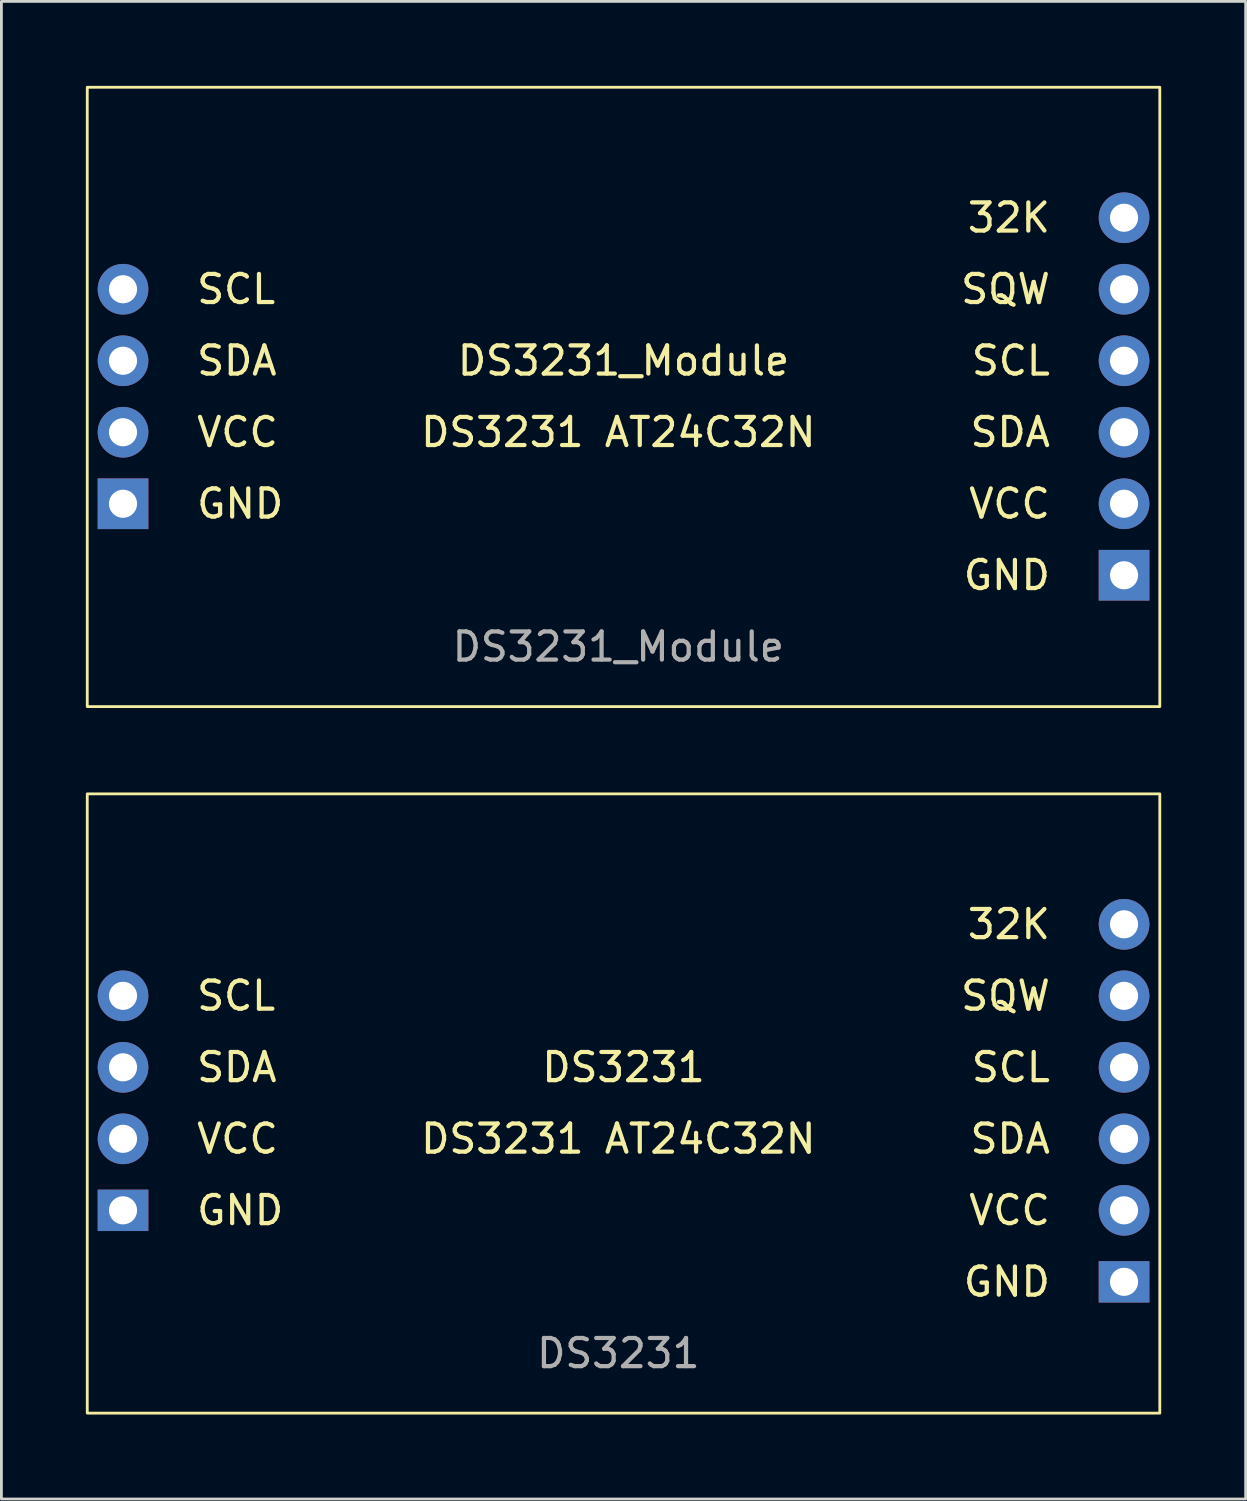
<source format=kicad_pcb>
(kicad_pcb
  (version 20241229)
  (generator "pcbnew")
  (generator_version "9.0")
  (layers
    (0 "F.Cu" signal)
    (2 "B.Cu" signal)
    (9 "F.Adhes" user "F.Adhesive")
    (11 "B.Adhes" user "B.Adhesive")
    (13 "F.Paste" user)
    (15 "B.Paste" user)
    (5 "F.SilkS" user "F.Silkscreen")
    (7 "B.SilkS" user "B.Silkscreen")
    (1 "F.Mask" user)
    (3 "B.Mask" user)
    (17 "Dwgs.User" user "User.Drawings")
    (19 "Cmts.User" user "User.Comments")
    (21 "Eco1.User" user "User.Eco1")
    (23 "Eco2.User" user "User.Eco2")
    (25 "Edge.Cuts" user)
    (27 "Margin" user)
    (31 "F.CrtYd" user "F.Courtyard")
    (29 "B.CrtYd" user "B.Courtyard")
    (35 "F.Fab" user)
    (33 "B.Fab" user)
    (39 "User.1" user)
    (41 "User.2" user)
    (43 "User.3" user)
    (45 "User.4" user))
  (footprint "DS3231"
    (layer "F.Cu")
    (at 19.1 37.405)
    (property "Reference" "DS3231" (at 0 -2.54 0) (unlocked yes) (layer "F.SilkS") (effects (font (size 1 1) (thickness 0.15))))
    (attr smd)
    (fp_rect (start -19.05 -12.255) (end 19.05 9.745) (stroke (width 0.1) (type default)) (fill no) (layer "F.SilkS"))
    (fp_text user "SQW" (at 15.24 -5.08 0) (unlocked yes) (layer "F.SilkS") (effects (font (size 1 1) (thickness 0.15) (bold yes)) (justify right)))
    (fp_text user "32K" (at 15.24 -7.62 0) (unlocked yes) (layer "F.SilkS") (effects (font (size 1 1) (thickness 0.15) (bold yes)) (justify right)))
    (fp_text user "GND" (at 15.24 5.08 0) (unlocked yes) (layer "F.SilkS") (effects (font (size 1 1) (thickness 0.15) (bold yes)) (justify right)))
    (fp_text user "SCL" (at -15.24 -5.08 0) (unlocked yes) (layer "F.SilkS") (effects (font (size 1 1) (thickness 0.15)) (justify left)))
    (fp_text user "SDA" (at 15.24 -0.000001 0) (unlocked yes) (layer "F.SilkS") (effects (font (size 1 1) (thickness 0.15) (bold yes)) (justify right)))
    (fp_text user "SDA" (at -15.24 -2.54 0) (unlocked yes) (layer "F.SilkS") (effects (font (size 1 1) (thickness 0.15)) (justify left)))
    (fp_text user "GND" (at -15.24 2.54 0) (unlocked yes) (layer "F.SilkS") (effects (font (size 1 1) (thickness 0.15)) (justify left)))
    (fp_text user "VCC" (at 15.24 2.54 0) (unlocked yes) (layer "F.SilkS") (effects (font (size 1 1) (thickness 0.15) (bold yes)) (justify right)))
    (fp_text user "DS3231 AT24C32N" (at -0.185 0 0) (unlocked yes) (layer "F.SilkS") (effects (font (size 1 1) (thickness 0.15))))
    (fp_text user "VCC" (at -15.24 0 0) (unlocked yes) (layer "F.SilkS") (effects (font (size 1 1) (thickness 0.15)) (justify left)))
    (fp_text user "SCL" (at 15.24 -2.54 0) (unlocked yes) (layer "F.SilkS") (effects (font (size 1 1) (thickness 0.15) (bold yes)) (justify right)))
    (fp_text user "${REFERENCE}" (at -0.185 7.62 0) (unlocked yes) (layer "F.Fab") (effects (font (size 1 1) (thickness 0.15))))
    (pad "1" thru_hole rect (at 17.78 5.08 180) (size 1.8 1.47) (drill 1) (layers "*.Cu" "*.Mask"))
    (pad "2" thru_hole circle (at 17.78 2.54 180) (size 1.8 1.8) (drill 1) (layers "*.Cu" "*.Mask"))
    (pad "3" thru_hole circle (at 17.78 -0.000001 180) (size 1.8 1.8) (drill 1) (layers "*.Cu" "*.Mask"))
    (pad "4" thru_hole circle (at 17.78 -2.54 180) (size 1.8 1.8) (drill 1) (layers "*.Cu" "*.Mask"))
    (pad "5" thru_hole circle (at 17.78 -5.08 180) (size 1.8 1.8) (drill 1) (layers "*.Cu" "*.Mask"))
    (pad "6" thru_hole circle (at 17.78 -7.62 180) (size 1.8 1.8) (drill 1) (layers "*.Cu" "*.Mask"))
    (pad "7" thru_hole rect (at -17.78 2.54 180) (size 1.8 1.47) (drill 1) (layers "*.Cu" "*.Mask"))
    (pad "8" thru_hole circle (at -17.78 0 180) (size 1.8 1.8) (drill 1) (layers "*.Cu" "*.Mask"))
    (pad "9" thru_hole circle (at -17.78 -2.54 180) (size 1.8 1.8) (drill 1) (layers "*.Cu" "*.Mask"))
    (pad "10" thru_hole circle (at -17.78 -5.08 180) (size 1.8 1.8) (drill 1) (layers "*.Cu" "*.Mask")))
  (footprint "DS3231_Module"
    (layer "F.Cu")
    (at 19.1 12.305)
    (property "Reference" "DS3231_Module" (at 0 -2.54 0) (unlocked yes) (layer "F.SilkS") (effects (font (size 1 1) (thickness 0.15))))
    (attr smd)
    (fp_rect (start -19.05 -12.255) (end 19.05 9.745) (stroke (width 0.1) (type default)) (fill no) (layer "F.SilkS"))
    (fp_text user "SDA" (at -15.24 -2.54 0) (unlocked yes) (layer "F.SilkS") (effects (font (size 1 1) (thickness 0.15)) (justify left)))
    (fp_text user "GND" (at -15.24 2.54 0) (unlocked yes) (layer "F.SilkS") (effects (font (size 1 1) (thickness 0.15)) (justify left)))
    (fp_text user "SCL" (at 15.24 -2.54 0) (unlocked yes) (layer "F.SilkS") (effects (font (size 1 1) (thickness 0.15) (bold yes)) (justify right)))
    (fp_text user "32K" (at 15.24 -7.62 0) (unlocked yes) (layer "F.SilkS") (effects (font (size 1 1) (thickness 0.15) (bold yes)) (justify right)))
    (fp_text user "VCC" (at -15.24 0 0) (unlocked yes) (layer "F.SilkS") (effects (font (size 1 1) (thickness 0.15)) (justify left)))
    (fp_text user "SCL" (at -15.24 -5.08 0) (unlocked yes) (layer "F.SilkS") (effects (font (size 1 1) (thickness 0.15)) (justify left)))
    (fp_text user "SDA" (at 15.24 -0.000001 0) (unlocked yes) (layer "F.SilkS") (effects (font (size 1 1) (thickness 0.15) (bold yes)) (justify right)))
    (fp_text user "VCC" (at 15.24 2.54 0) (unlocked yes) (layer "F.SilkS") (effects (font (size 1 1) (thickness 0.15) (bold yes)) (justify right)))
    (fp_text user "SQW" (at 15.24 -5.08 0) (unlocked yes) (layer "F.SilkS") (effects (font (size 1 1) (thickness 0.15) (bold yes)) (justify right)))
    (fp_text user "DS3231 AT24C32N" (at -0.185 0 0) (unlocked yes) (layer "F.SilkS") (effects (font (size 1 1) (thickness 0.15))))
    (fp_text user "GND" (at 15.24 5.08 0) (unlocked yes) (layer "F.SilkS") (effects (font (size 1 1) (thickness 0.15) (bold yes)) (justify right)))
    (fp_text user "${REFERENCE}" (at -0.185 7.62 0) (unlocked yes) (layer "F.Fab") (effects (font (size 1 1) (thickness 0.15))))
    (pad "1" thru_hole rect (at 17.78 5.08 180) (size 1.8 1.8) (drill 1) (layers "*.Cu" "*.Mask"))
    (pad "2" thru_hole circle (at 17.78 2.54 180) (size 1.8 1.8) (drill 1) (layers "*.Cu" "*.Mask"))
    (pad "3" thru_hole circle (at 17.78 -0.000001 180) (size 1.8 1.8) (drill 1) (layers "*.Cu" "*.Mask"))
    (pad "4" thru_hole circle (at 17.78 -2.54 180) (size 1.8 1.8) (drill 1) (layers "*.Cu" "*.Mask"))
    (pad "5" thru_hole circle (at 17.78 -5.08 180) (size 1.8 1.8) (drill 1) (layers "*.Cu" "*.Mask"))
    (pad "6" thru_hole circle (at 17.78 -7.62 180) (size 1.8 1.8) (drill 1) (layers "*.Cu" "*.Mask"))
    (pad "7" thru_hole rect (at -17.78 2.54 180) (size 1.8 1.8) (drill 1) (layers "*.Cu" "*.Mask"))
    (pad "8" thru_hole circle (at -17.78 0 180) (size 1.8 1.8) (drill 1) (layers "*.Cu" "*.Mask"))
    (pad "9" thru_hole circle (at -17.78 -2.54 180) (size 1.8 1.8) (drill 1) (layers "*.Cu" "*.Mask"))
    (pad "10" thru_hole circle (at -17.78 -5.08 180) (size 1.8 1.8) (drill 1) (layers "*.Cu" "*.Mask")))
  (gr_rect
    (start -3 -3)
    (end 41.2 50.2)
    (stroke (width 0.1) (type default))
    (fill no)
    (layer "Edge.Cuts")))
</source>
